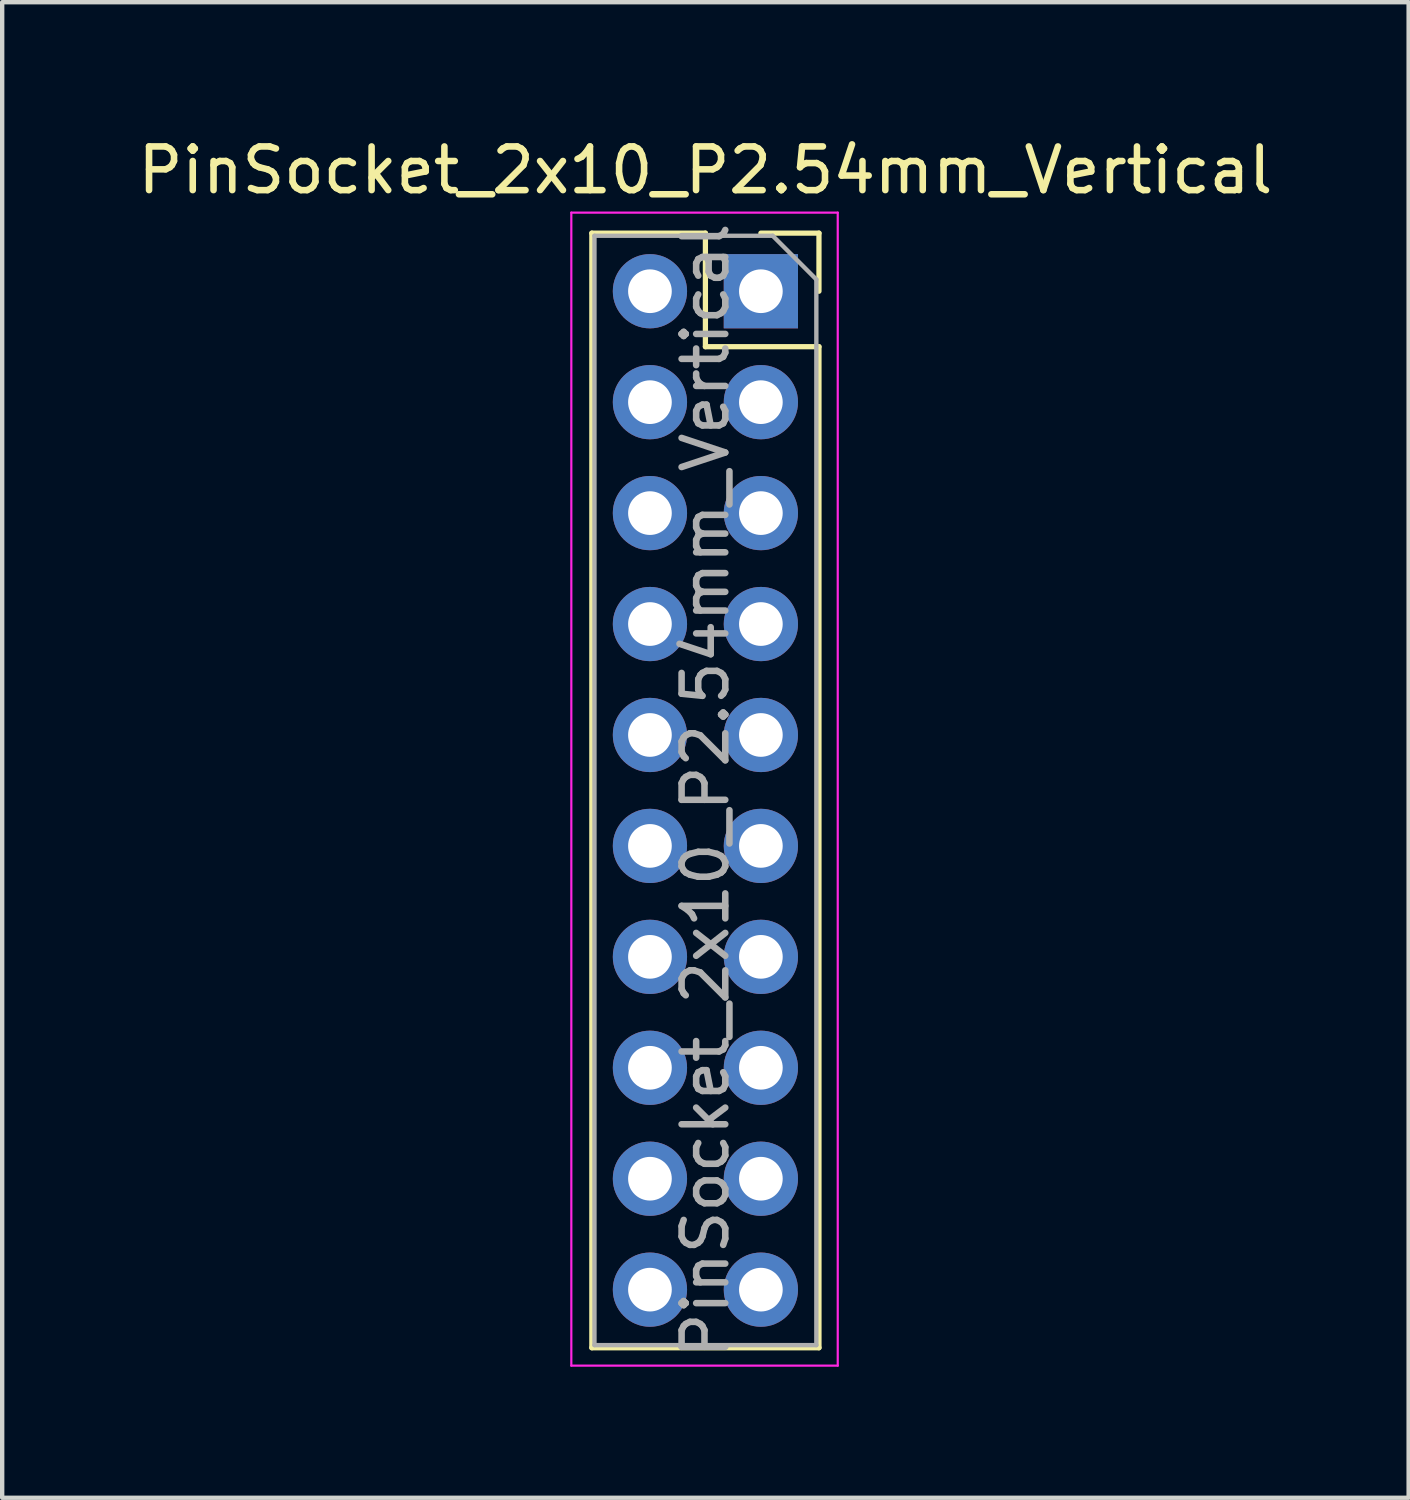
<source format=kicad_pcb>
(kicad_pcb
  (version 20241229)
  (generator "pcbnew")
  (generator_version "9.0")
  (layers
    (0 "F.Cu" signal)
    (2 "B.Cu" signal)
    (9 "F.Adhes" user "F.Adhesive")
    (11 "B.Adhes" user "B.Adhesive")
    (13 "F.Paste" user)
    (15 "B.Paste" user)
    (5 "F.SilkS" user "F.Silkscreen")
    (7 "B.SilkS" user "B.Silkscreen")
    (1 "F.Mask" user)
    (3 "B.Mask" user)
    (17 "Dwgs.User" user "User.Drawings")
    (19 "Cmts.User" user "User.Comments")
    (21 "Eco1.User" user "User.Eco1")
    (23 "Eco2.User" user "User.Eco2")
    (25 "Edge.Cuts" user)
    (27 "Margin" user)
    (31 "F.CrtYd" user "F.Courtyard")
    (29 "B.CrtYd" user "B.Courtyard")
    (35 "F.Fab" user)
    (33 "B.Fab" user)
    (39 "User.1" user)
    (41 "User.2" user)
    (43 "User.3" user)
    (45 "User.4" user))
  (footprint "PinSocket_2x10_P2.54mm_Vertical"
    (layer "F.Cu")
    (at 14.371 3.618)
    (property "Reference" "PinSocket_2x10_P2.54mm_Vertical" (at -1.27 -2.77 0) (layer "F.SilkS") (effects (font (size 1 1) (thickness 0.15))))
    (attr through_hole)
    (fp_line (start -3.87 -1.33) (end -3.87 24.19) (stroke (width 0.12) (type solid)) (layer "F.SilkS"))
    (fp_line (start -3.87 -1.33) (end -1.27 -1.33) (stroke (width 0.12) (type solid)) (layer "F.SilkS"))
    (fp_line (start -3.87 24.19) (end 1.33 24.19) (stroke (width 0.12) (type solid)) (layer "F.SilkS"))
    (fp_line (start -1.27 -1.33) (end -1.27 1.27) (stroke (width 0.12) (type solid)) (layer "F.SilkS"))
    (fp_line (start -1.27 1.27) (end 1.33 1.27) (stroke (width 0.12) (type solid)) (layer "F.SilkS"))
    (fp_line (start 0 -1.33) (end 1.33 -1.33) (stroke (width 0.12) (type solid)) (layer "F.SilkS"))
    (fp_line (start 1.33 -1.33) (end 1.33 0) (stroke (width 0.12) (type solid)) (layer "F.SilkS"))
    (fp_line (start 1.33 1.27) (end 1.33 24.19) (stroke (width 0.12) (type solid)) (layer "F.SilkS"))
    (fp_line (start -4.34 -1.8) (end 1.76 -1.8) (stroke (width 0.05) (type solid)) (layer "F.CrtYd"))
    (fp_line (start -4.34 24.6) (end -4.34 -1.8) (stroke (width 0.05) (type solid)) (layer "F.CrtYd"))
    (fp_line (start 1.76 -1.8) (end 1.76 24.6) (stroke (width 0.05) (type solid)) (layer "F.CrtYd"))
    (fp_line (start 1.76 24.6) (end -4.34 24.6) (stroke (width 0.05) (type solid)) (layer "F.CrtYd"))
    (fp_line (start -3.81 -1.27) (end 0.27 -1.27) (stroke (width 0.1) (type solid)) (layer "F.Fab"))
    (fp_line (start -3.81 24.13) (end -3.81 -1.27) (stroke (width 0.1) (type solid)) (layer "F.Fab"))
    (fp_line (start 0.27 -1.27) (end 1.27 -0.27) (stroke (width 0.1) (type solid)) (layer "F.Fab"))
    (fp_line (start 1.27 -0.27) (end 1.27 24.13) (stroke (width 0.1) (type solid)) (layer "F.Fab"))
    (fp_line (start 1.27 24.13) (end -3.81 24.13) (stroke (width 0.1) (type solid)) (layer "F.Fab"))
    (fp_text user "${REFERENCE}" (at -1.27 11.43 90) (layer "F.Fab") (effects (font (size 1 1) (thickness 0.15))))
    (pad "1" thru_hole oval (at -2.54 0) (size 1.7 1.7) (drill 1) (layers "*.Cu" "*.Mask"))
    (pad "2" thru_hole rect (at 0 0) (size 1.7 1.7) (drill 1) (layers "*.Cu" "*.Mask"))
    (pad "3" thru_hole oval (at -2.54 2.54) (size 1.7 1.7) (drill 1) (layers "*.Cu" "*.Mask"))
    (pad "4" thru_hole oval (at 0 2.54) (size 1.7 1.7) (drill 1) (layers "*.Cu" "*.Mask"))
    (pad "5" thru_hole oval (at -2.54 5.08) (size 1.7 1.7) (drill 1) (layers "*.Cu" "*.Mask"))
    (pad "6" thru_hole oval (at 0 5.08) (size 1.7 1.7) (drill 1) (layers "*.Cu" "*.Mask"))
    (pad "7" thru_hole oval (at -2.54 7.62) (size 1.7 1.7) (drill 1) (layers "*.Cu" "*.Mask"))
    (pad "8" thru_hole oval (at 0 7.62) (size 1.7 1.7) (drill 1) (layers "*.Cu" "*.Mask"))
    (pad "9" thru_hole oval (at -2.54 10.16) (size 1.7 1.7) (drill 1) (layers "*.Cu" "*.Mask"))
    (pad "10" thru_hole oval (at 0 10.16) (size 1.7 1.7) (drill 1) (layers "*.Cu" "*.Mask"))
    (pad "11" thru_hole oval (at -2.54 12.7) (size 1.7 1.7) (drill 1) (layers "*.Cu" "*.Mask"))
    (pad "12" thru_hole oval (at 0 12.7) (size 1.7 1.7) (drill 1) (layers "*.Cu" "*.Mask"))
    (pad "13" thru_hole oval (at -2.54 15.24) (size 1.7 1.7) (drill 1) (layers "*.Cu" "*.Mask"))
    (pad "14" thru_hole oval (at 0 15.24) (size 1.7 1.7) (drill 1) (layers "*.Cu" "*.Mask"))
    (pad "15" thru_hole oval (at -2.54 17.78) (size 1.7 1.7) (drill 1) (layers "*.Cu" "*.Mask"))
    (pad "16" thru_hole oval (at 0 17.78) (size 1.7 1.7) (drill 1) (layers "*.Cu" "*.Mask"))
    (pad "17" thru_hole oval (at -2.54 20.32) (size 1.7 1.7) (drill 1) (layers "*.Cu" "*.Mask"))
    (pad "18" thru_hole oval (at 0 20.32) (size 1.7 1.7) (drill 1) (layers "*.Cu" "*.Mask"))
    (pad "19" thru_hole oval (at -2.54 22.86) (size 1.7 1.7) (drill 1) (layers "*.Cu" "*.Mask"))
    (pad "20" thru_hole oval (at 0 22.86) (size 1.7 1.7) (drill 1) (layers "*.Cu" "*.Mask")))
  (gr_rect
    (start -3 -3)
    (end 29.202 31.243)
    (stroke (width 0.1) (type default))
    (fill no)
    (layer "Edge.Cuts")))
</source>
